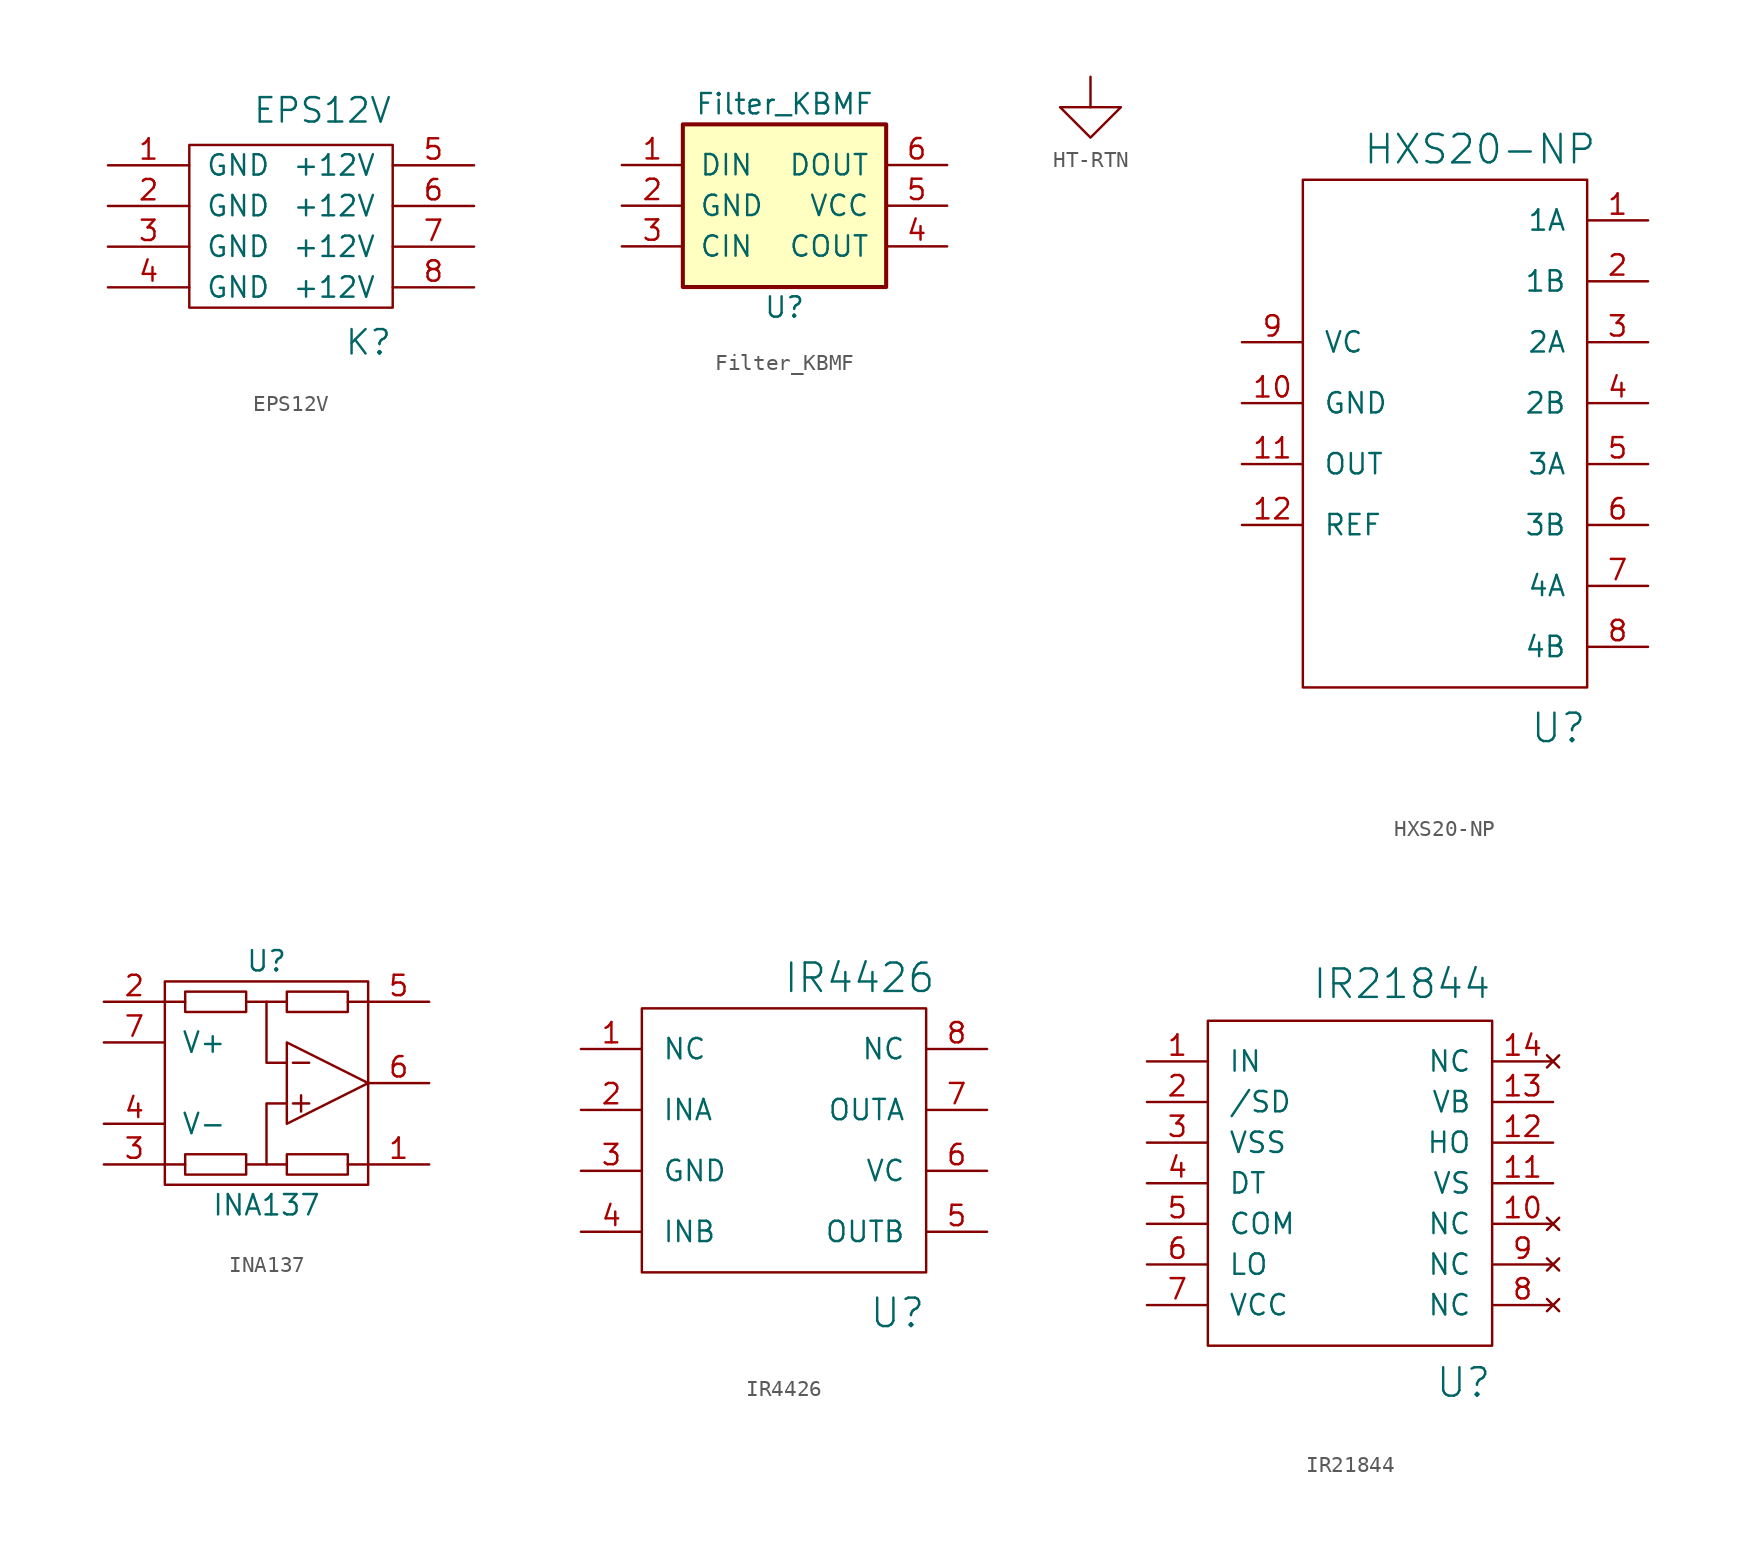
<source format=kicad_sym>
(kicad_symbol_lib
  (version 20211014)
  (generator kicad_symbol_editor)
  (symbol "EPS12V"
    (pin_names
      (offset 1.016))
    (property "Reference" "K"
      (at 6.35 -5.08 0)
      (effects (font (size 1.524 1.524)) (justify right top)))
    (property "Value" "EPS12V"
      (at 6.35 7.62 0)
      (effects (font (size 1.524 1.524)) (justify right bottom)))
    (property "Footprint" ""
      (at 0 0 0)
      (effects (font (size 1.524 1.524))))
    (property "Datasheet" ""
      (at 0 0 0)
      (effects (font (size 1.524 1.524))))
    (symbol "EPS12V_0_0"
      (rectangle (start -6.35 6.35) (end 6.35 -3.81) (stroke (width 0) (type default) (color 0 0 0 0)) (fill (type none))))
    (symbol "EPS12V_1_1"
      (pin passive line (at -11.43 5.08 0) (length 5.08) (name "GND" (effects (font (size 1.27 1.27)))) (number "1" (effects (font (size 1.27 1.27)))))
      (pin passive line (at -11.43 2.54 0) (length 5.08) (name "GND" (effects (font (size 1.27 1.27)))) (number "2" (effects (font (size 1.27 1.27)))))
      (pin passive line (at -11.43 0 0) (length 5.08) (name "GND" (effects (font (size 1.27 1.27)))) (number "3" (effects (font (size 1.27 1.27)))))
      (pin passive line (at -11.43 -2.54 0) (length 5.08) (name "GND" (effects (font (size 1.27 1.27)))) (number "4" (effects (font (size 1.27 1.27)))))
      (pin passive line (at 11.43 5.08 180) (length 5.08) (name "+12V" (effects (font (size 1.27 1.27)))) (number "5" (effects (font (size 1.27 1.27)))))
      (pin passive line (at 11.43 2.54 180) (length 5.08) (name "+12V" (effects (font (size 1.27 1.27)))) (number "6" (effects (font (size 1.27 1.27)))))
      (pin passive line (at 11.43 0 180) (length 5.08) (name "+12V" (effects (font (size 1.27 1.27)))) (number "7" (effects (font (size 1.27 1.27)))))
      (pin passive line (at 11.43 -2.54 180) (length 5.08) (name "+12V" (effects (font (size 1.27 1.27)))) (number "8" (effects (font (size 1.27 1.27)))))))
  (symbol "Filter_KBMF"
    (pin_names
      (offset 1.016))
    (property "Reference" "U"
      (at 0 -6.35 0)
      (effects (font (size 1.27 1.27))))
    (property "Value" "Filter_KBMF"
      (at 0 6.35 0)
      (effects (font (size 1.27 1.27))))
    (symbol "Filter_KBMF_0_1"
      (rectangle (start -6.35 5.08) (end 6.35 -5.08) (stroke (width 0.254) (type default) (color 0 0 0 0)) (fill (type background))))
    (symbol "Filter_KBMF_1_1"
      (pin passive line (at -10.16 2.54 0) (length 3.81) (name "DIN" (effects (font (size 1.27 1.27)))) (number "1" (effects (font (size 1.27 1.27)))))
      (pin passive line (at -10.16 0 0) (length 3.81) (name "GND" (effects (font (size 1.27 1.27)))) (number "2" (effects (font (size 1.27 1.27)))))
      (pin passive line (at -10.16 -2.54 0) (length 3.81) (name "CIN" (effects (font (size 1.27 1.27)))) (number "3" (effects (font (size 1.27 1.27)))))
      (pin passive line (at 10.16 -2.54 180) (length 3.81) (name "COUT" (effects (font (size 1.27 1.27)))) (number "4" (effects (font (size 1.27 1.27)))))
      (pin passive line (at 10.16 0 180) (length 3.81) (name "VCC" (effects (font (size 1.27 1.27)))) (number "5" (effects (font (size 1.27 1.27)))))
      (pin passive line (at 10.16 2.54 180) (length 3.81) (name "DOUT" (effects (font (size 1.27 1.27)))) (number "6" (effects (font (size 1.27 1.27)))))))
  (symbol "HT-RTN"
    (power)
    (pin_numbers hide)
    (pin_names
      (offset 0))
    (property "Reference" "#PWR"
      (at 0 -1.27 0)
      (effects (font (size 0.508 0.508)) hide))
    (property "Footprint" ""
      (at 0 0 0)
      (effects (font (size 1.524 1.524))))
    (property "Datasheet" ""
      (at 0 0 0)
      (effects (font (size 1.524 1.524))))
    (symbol "HT-RTN_0_0"
      (pin passive line (at 0 0 90) (length 0) hide (name "HT-RN" (effects (font (size 0.762 0.762)))) (number "1" (effects (font (size 0.508 0.508))))))
    (symbol "HT-RTN_0_1"
      (polyline (pts (xy 0 -1.905) (xy 0 0)) (stroke (width 0) (type default) (color 0 0 0 0)) (fill (type none)))
      (polyline (pts (xy -1.905 -1.905) (xy 1.905 -1.905) (xy 0 -3.81) (xy -1.905 -1.905)) (stroke (width 0) (type default) (color 0 0 0 0)) (fill (type none)))))
  (symbol "HXS20-NP"
    (pin_names
      (offset 1.27))
    (property "Reference" "U"
      (at 8.89 -26.67 0)
      (effects (font (size 1.778 1.778)) (justify right)))
    (property "Value" "HXS20-NP"
      (at 9.525 9.525 0)
      (effects (font (size 1.778 1.778)) (justify right)))
    (property "Footprint" ""
      (at 0 0 0)
      (effects (font (size 1.524 1.524))))
    (property "Datasheet" ""
      (at 0 0 0)
      (effects (font (size 1.524 1.524))))
    (symbol "HXS20-NP_0_1"
      (rectangle (start -8.89 -24.13) (end 8.89 7.62) (stroke (width 0) (type default) (color 0 0 0 0)) (fill (type none))))
    (symbol "HXS20-NP_1_1"
      (pin passive line (at 12.7 5.08 180) (length 3.81) (name "1A" (effects (font (size 1.27 1.27)))) (number "1" (effects (font (size 1.27 1.27)))))
      (pin power_in line (at -12.7 -6.35 0) (length 3.81) (name "GND" (effects (font (size 1.27 1.27)))) (number "10" (effects (font (size 1.27 1.27)))))
      (pin output line (at -12.7 -10.16 0) (length 3.81) (name "OUT" (effects (font (size 1.27 1.27)))) (number "11" (effects (font (size 1.27 1.27)))))
      (pin bidirectional line (at -12.7 -13.97 0) (length 3.81) (name "REF" (effects (font (size 1.27 1.27)))) (number "12" (effects (font (size 1.27 1.27)))))
      (pin passive line (at 12.7 1.27 180) (length 3.81) (name "1B" (effects (font (size 1.27 1.27)))) (number "2" (effects (font (size 1.27 1.27)))))
      (pin passive line (at 12.7 -2.54 180) (length 3.81) (name "2A" (effects (font (size 1.27 1.27)))) (number "3" (effects (font (size 1.27 1.27)))))
      (pin passive line (at 12.7 -6.35 180) (length 3.81) (name "2B" (effects (font (size 1.27 1.27)))) (number "4" (effects (font (size 1.27 1.27)))))
      (pin passive line (at 12.7 -10.16 180) (length 3.81) (name "3A" (effects (font (size 1.27 1.27)))) (number "5" (effects (font (size 1.27 1.27)))))
      (pin passive line (at 12.7 -13.97 180) (length 3.81) (name "3B" (effects (font (size 1.27 1.27)))) (number "6" (effects (font (size 1.27 1.27)))))
      (pin passive line (at 12.7 -17.78 180) (length 3.81) (name "4A" (effects (font (size 1.27 1.27)))) (number "7" (effects (font (size 1.27 1.27)))))
      (pin passive line (at 12.7 -21.59 180) (length 3.81) (name "4B" (effects (font (size 1.27 1.27)))) (number "8" (effects (font (size 1.27 1.27)))))
      (pin power_in line (at -12.7 -2.54 0) (length 3.81) (name "VC" (effects (font (size 1.27 1.27)))) (number "9" (effects (font (size 1.27 1.27)))))))
  (symbol "INA137"
    (pin_names
      (offset 1.016))
    (property "Reference" "U"
      (at 0 7.62 0)
      (effects (font (size 1.27 1.27))))
    (property "Value" "INA137"
      (at 0 -7.62 0)
      (effects (font (size 1.27 1.27))))
    (symbol "INA137_0_1"
      (rectangle (start -6.35 6.35) (end 6.35 -6.35) (stroke (width 0) (type default) (color 0 0 0 0)) (fill (type none)))
      (rectangle (start -5.08 5.715) (end -1.27 4.445) (stroke (width 0) (type default) (color 0 0 0 0)) (fill (type none)))
      (rectangle (start -1.27 -4.445) (end -5.08 -5.715) (stroke (width 0) (type default) (color 0 0 0 0)) (fill (type none)))
      (polyline (pts (xy -6.35 -5.08) (xy -5.08 -5.08)) (stroke (width 0) (type default) (color 0 0 0 0)) (fill (type none)))
      (polyline (pts (xy -6.35 5.08) (xy -5.08 5.08)) (stroke (width 0) (type default) (color 0 0 0 0)) (fill (type none)))
      (polyline (pts (xy -1.27 -5.08) (xy 1.27 -5.08)) (stroke (width 0) (type default) (color 0 0 0 0)) (fill (type none)))
      (polyline (pts (xy -1.27 5.08) (xy 1.27 5.08)) (stroke (width 0) (type default) (color 0 0 0 0)) (fill (type none)))
      (polyline (pts (xy 1.651 -1.27) (xy 2.667 -1.27)) (stroke (width 0) (type default) (color 0 0 0 0)) (fill (type none)))
      (polyline (pts (xy 1.651 1.27) (xy 2.667 1.27)) (stroke (width 0) (type default) (color 0 0 0 0)) (fill (type none)))
      (polyline (pts (xy 2.159 -0.762) (xy 2.159 -1.778)) (stroke (width 0) (type default) (color 0 0 0 0)) (fill (type none)))
      (polyline (pts (xy 5.08 -5.08) (xy 6.35 -5.08)) (stroke (width 0) (type default) (color 0 0 0 0)) (fill (type none)))
      (polyline (pts (xy 5.08 5.08) (xy 6.35 5.08)) (stroke (width 0) (type default) (color 0 0 0 0)) (fill (type none)))
      (polyline (pts (xy 0 -5.08) (xy 0 -1.27) (xy 1.27 -1.27)) (stroke (width 0) (type default) (color 0 0 0 0)) (fill (type none)))
      (polyline (pts (xy 0 5.08) (xy 0 1.27) (xy 1.27 1.27)) (stroke (width 0) (type default) (color 0 0 0 0)) (fill (type none)))
      (polyline (pts (xy 1.27 -2.54) (xy 1.27 2.54) (xy 6.35 0) (xy 1.27 -2.54)) (stroke (width 0) (type default) (color 0 0 0 0)) (fill (type none)))
      (rectangle (start 1.27 -4.445) (end 5.08 -5.715) (stroke (width 0) (type default) (color 0 0 0 0)) (fill (type none)))
      (rectangle (start 1.27 5.715) (end 5.08 4.445) (stroke (width 0) (type default) (color 0 0 0 0)) (fill (type none))))
    (symbol "INA137_1_1"
      (pin input line (at 10.16 -5.08 180) (length 3.81) (name "~" (effects (font (size 1.27 1.27)))) (number "1" (effects (font (size 1.27 1.27)))))
      (pin input line (at -10.16 5.08 0) (length 3.81) (name "~" (effects (font (size 1.27 1.27)))) (number "2" (effects (font (size 1.27 1.27)))))
      (pin input line (at -10.16 -5.08 0) (length 3.81) (name "~" (effects (font (size 1.27 1.27)))) (number "3" (effects (font (size 1.27 1.27)))))
      (pin power_in line (at -10.16 -2.54 0) (length 3.81) (name "V-" (effects (font (size 1.27 1.27)))) (number "4" (effects (font (size 1.27 1.27)))))
      (pin input line (at 10.16 5.08 180) (length 3.81) (name "~" (effects (font (size 1.27 1.27)))) (number "5" (effects (font (size 1.27 1.27)))))
      (pin output line (at 10.16 0 180) (length 3.81) (name "~" (effects (font (size 1.27 1.27)))) (number "6" (effects (font (size 1.27 1.27)))))
      (pin power_in line (at -10.16 2.54 0) (length 3.81) (name "V+" (effects (font (size 1.27 1.27)))) (number "7" (effects (font (size 1.27 1.27)))))
      (pin no_connect line (at -2.54 0 0) (length 3.81) hide (name "NC" (effects (font (size 1.27 1.27)))) (number "8" (effects (font (size 1.27 1.27)))))))
  (symbol "IR4426"
    (pin_names
      (offset 1.27))
    (property "Reference" "U"
      (at 8.89 -11.43 0)
      (effects (font (size 1.778 1.778)) (justify right)))
    (property "Value" "IR4426"
      (at 9.525 9.525 0)
      (effects (font (size 1.778 1.778)) (justify right)))
    (property "Footprint" ""
      (at 0 0 0)
      (effects (font (size 1.524 1.524))))
    (property "Datasheet" ""
      (at 0 0 0)
      (effects (font (size 1.524 1.524))))
    (symbol "IR4426_0_1"
      (rectangle (start -8.89 -8.89) (end 8.89 7.62) (stroke (width 0) (type default) (color 0 0 0 0)) (fill (type none))))
    (symbol "IR4426_1_1"
      (pin input line (at -12.7 5.08 0) (length 3.81) (name "NC" (effects (font (size 1.27 1.27)))) (number "1" (effects (font (size 1.27 1.27)))))
      (pin input line (at -12.7 1.27 0) (length 3.81) (name "INA" (effects (font (size 1.27 1.27)))) (number "2" (effects (font (size 1.27 1.27)))))
      (pin input line (at -12.7 -2.54 0) (length 3.81) (name "GND" (effects (font (size 1.27 1.27)))) (number "3" (effects (font (size 1.27 1.27)))))
      (pin input line (at -12.7 -6.35 0) (length 3.81) (name "INB" (effects (font (size 1.27 1.27)))) (number "4" (effects (font (size 1.27 1.27)))))
      (pin passive line (at 12.7 -6.35 180) (length 3.81) (name "OUTB" (effects (font (size 1.27 1.27)))) (number "5" (effects (font (size 1.27 1.27)))))
      (pin power_in line (at 12.7 -2.54 180) (length 3.81) (name "VC" (effects (font (size 1.27 1.27)))) (number "6" (effects (font (size 1.27 1.27)))))
      (pin output line (at 12.7 1.27 180) (length 3.81) (name "OUTA" (effects (font (size 1.27 1.27)))) (number "7" (effects (font (size 1.27 1.27)))))
      (pin power_in line (at 12.7 5.08 180) (length 3.81) (name "NC" (effects (font (size 1.27 1.27)))) (number "8" (effects (font (size 1.27 1.27)))))))
  (symbol "IR21844"
    (pin_names
      (offset 1.27))
    (property "Reference" "U"
      (at 8.89 -13.97 0)
      (effects (font (size 1.778 1.778)) (justify right top)))
    (property "Value" "IR21844"
      (at 8.89 8.89 0)
      (effects (font (size 1.778 1.778)) (justify right bottom)))
    (property "Footprint" ""
      (at 0 0 0)
      (effects (font (size 1.524 1.524))))
    (property "Datasheet" ""
      (at 0 0 0)
      (effects (font (size 1.524 1.524))))
    (symbol "IR21844_0_1"
      (rectangle (start -8.89 -12.7) (end 8.89 7.62) (stroke (width 0) (type default) (color 0 0 0 0)) (fill (type none))))
    (symbol "IR21844_1_1"
      (pin input line (at -12.7 5.08 0) (length 3.81) (name "IN" (effects (font (size 1.27 1.27)))) (number "1" (effects (font (size 1.27 1.27)))))
      (pin no_connect line (at 12.7 -5.08 180) (length 3.81) (name "NC" (effects (font (size 1.27 1.27)))) (number "10" (effects (font (size 1.27 1.27)))))
      (pin power_in line (at 12.7 -2.54 180) (length 3.81) (name "VS" (effects (font (size 1.27 1.27)))) (number "11" (effects (font (size 1.27 1.27)))))
      (pin power_out line (at 12.7 0 180) (length 3.81) (name "HO" (effects (font (size 1.27 1.27)))) (number "12" (effects (font (size 1.27 1.27)))))
      (pin power_in line (at 12.7 2.54 180) (length 3.81) (name "VB" (effects (font (size 1.27 1.27)))) (number "13" (effects (font (size 1.27 1.27)))))
      (pin no_connect line (at 12.7 5.08 180) (length 3.81) (name "NC" (effects (font (size 1.27 1.27)))) (number "14" (effects (font (size 1.27 1.27)))))
      (pin input line (at -12.7 2.54 0) (length 3.81) (name "/SD" (effects (font (size 1.27 1.27)))) (number "2" (effects (font (size 1.27 1.27)))))
      (pin power_in line (at -12.7 0 0) (length 3.81) (name "VSS" (effects (font (size 1.27 1.27)))) (number "3" (effects (font (size 1.27 1.27)))))
      (pin output line (at -12.7 -2.54 0) (length 3.81) (name "DT" (effects (font (size 1.27 1.27)))) (number "4" (effects (font (size 1.27 1.27)))))
      (pin power_in line (at -12.7 -5.08 0) (length 3.81) (name "COM" (effects (font (size 1.27 1.27)))) (number "5" (effects (font (size 1.27 1.27)))))
      (pin power_out line (at -12.7 -7.62 0) (length 3.81) (name "LO" (effects (font (size 1.27 1.27)))) (number "6" (effects (font (size 1.27 1.27)))))
      (pin power_in line (at -12.7 -10.16 0) (length 3.81) (name "VCC" (effects (font (size 1.27 1.27)))) (number "7" (effects (font (size 1.27 1.27)))))
      (pin no_connect line (at 12.7 -10.16 180) (length 3.81) (name "NC" (effects (font (size 1.27 1.27)))) (number "8" (effects (font (size 1.27 1.27)))))
      (pin no_connect line (at 12.7 -7.62 180) (length 3.81) (name "NC" (effects (font (size 1.27 1.27)))) (number "9" (effects (font (size 1.27 1.27))))))))
</source>
